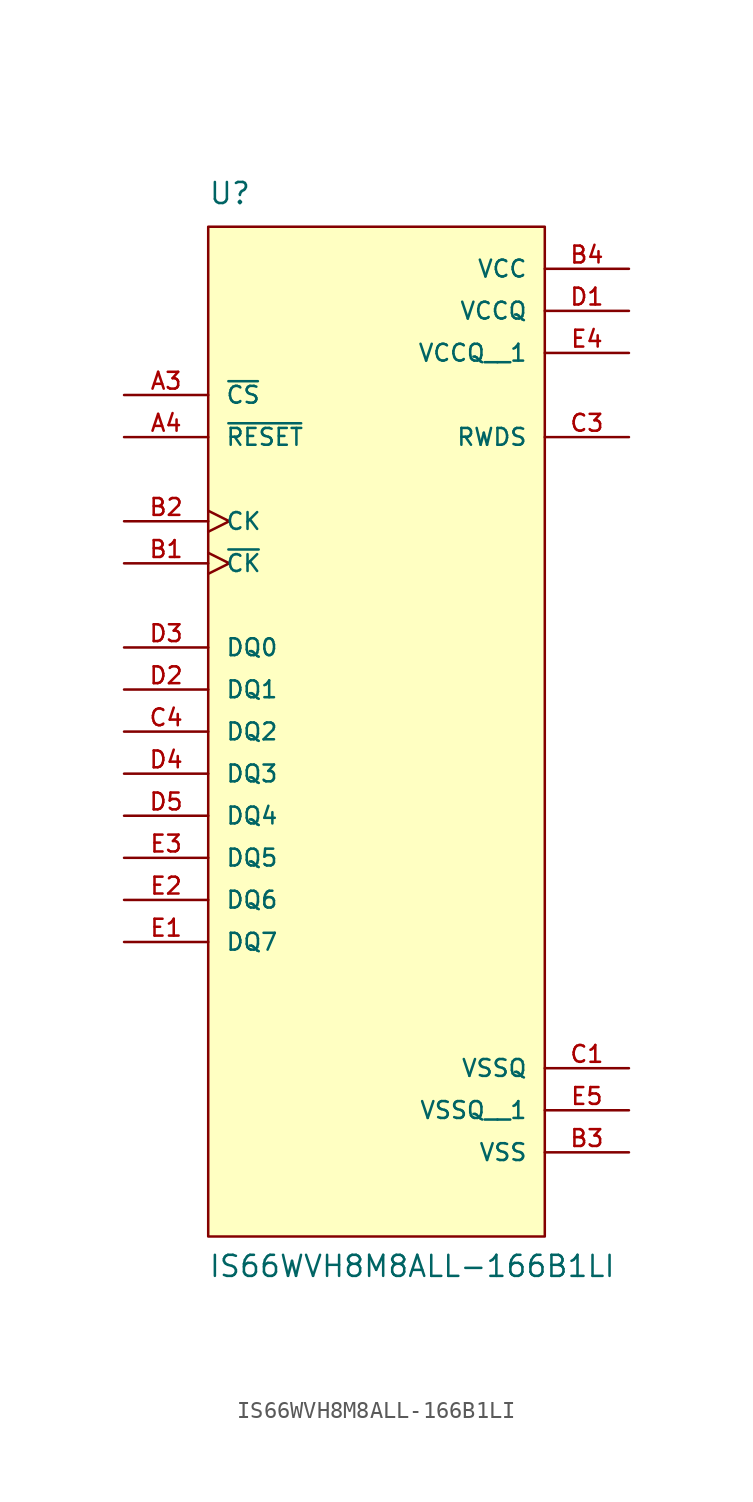
<source format=kicad_sym>
(kicad_symbol_lib
  (version 20211014)
  (generator kicad_symbol_editor)
  (symbol "IS66WVH8M8ALL-166B1LI"
    (pin_names
      (offset 1.016))
    (property "Reference" "U"
      (at -10.16 29.21 0)
      (effects (font (size 1.27 1.27)) (justify bottom left)))
    (property "Value" "IS66WVH8M8ALL-166B1LI"
      (at -10.16 -35.56 0)
      (effects (font (size 1.27 1.27)) (justify bottom left)))
    (symbol "IS66WVH8M8ALL-166B1LI_0_0"
      (rectangle (start -10.16 -33.02) (end 10.16 27.94) (stroke (width 0.152)) (fill (type background)))
      (pin input line (at -15.24 17.78 0) (length 5.08) (name "~{CS}" (effects (font (size 1.016 1.016)))) (number "A3" (effects (font (size 1.016 1.016)))))
      (pin input line (at -15.24 15.24 0) (length 5.08) (name "~{RESET}" (effects (font (size 1.016 1.016)))) (number "A4" (effects (font (size 1.016 1.016)))))
      (pin input clock (at -15.24 7.62 0) (length 5.08) (name "~{CK}" (effects (font (size 1.016 1.016)))) (number "B1" (effects (font (size 1.016 1.016)))))
      (pin input clock (at -15.24 10.16 0) (length 5.08) (name "CK" (effects (font (size 1.016 1.016)))) (number "B2" (effects (font (size 1.016 1.016)))))
      (pin power_in line (at 15.24 25.4 180.0) (length 5.08) (name "VCC" (effects (font (size 1.016 1.016)))) (number "B4" (effects (font (size 1.016 1.016)))))
      (pin power_in line (at 15.24 -27.94 180.0) (length 5.08) (name "VSS" (effects (font (size 1.016 1.016)))) (number "B3" (effects (font (size 1.016 1.016)))))
      (pin power_in line (at 15.24 -22.86 180.0) (length 5.08) (name "VSSQ" (effects (font (size 1.016 1.016)))) (number "C1" (effects (font (size 1.016 1.016)))))
      (pin output line (at 15.24 15.24 180.0) (length 5.08) (name "RWDS" (effects (font (size 1.016 1.016)))) (number "C3" (effects (font (size 1.016 1.016)))))
      (pin bidirectional line (at -15.24 -2.54 0) (length 5.08) (name "DQ2" (effects (font (size 1.016 1.016)))) (number "C4" (effects (font (size 1.016 1.016)))))
      (pin power_in line (at 15.24 22.86 180.0) (length 5.08) (name "VCCQ" (effects (font (size 1.016 1.016)))) (number "D1" (effects (font (size 1.016 1.016)))))
      (pin bidirectional line (at -15.24 0.0 0) (length 5.08) (name "DQ1" (effects (font (size 1.016 1.016)))) (number "D2" (effects (font (size 1.016 1.016)))))
      (pin bidirectional line (at -15.24 2.54 0) (length 5.08) (name "DQ0" (effects (font (size 1.016 1.016)))) (number "D3" (effects (font (size 1.016 1.016)))))
      (pin bidirectional line (at -15.24 -5.08 0) (length 5.08) (name "DQ3" (effects (font (size 1.016 1.016)))) (number "D4" (effects (font (size 1.016 1.016)))))
      (pin bidirectional line (at -15.24 -7.62 0) (length 5.08) (name "DQ4" (effects (font (size 1.016 1.016)))) (number "D5" (effects (font (size 1.016 1.016)))))
      (pin bidirectional line (at -15.24 -10.16 0) (length 5.08) (name "DQ5" (effects (font (size 1.016 1.016)))) (number "E3" (effects (font (size 1.016 1.016)))))
      (pin bidirectional line (at -15.24 -12.7 0) (length 5.08) (name "DQ6" (effects (font (size 1.016 1.016)))) (number "E2" (effects (font (size 1.016 1.016)))))
      (pin bidirectional line (at -15.24 -15.24 0) (length 5.08) (name "DQ7" (effects (font (size 1.016 1.016)))) (number "E1" (effects (font (size 1.016 1.016)))))
      (pin power_in line (at 15.24 20.32 180.0) (length 5.08) (name "VCCQ__1" (effects (font (size 1.016 1.016)))) (number "E4" (effects (font (size 1.016 1.016)))))
      (pin power_in line (at 15.24 -25.4 180.0) (length 5.08) (name "VSSQ__1" (effects (font (size 1.016 1.016)))) (number "E5" (effects (font (size 1.016 1.016))))))))
</source>
